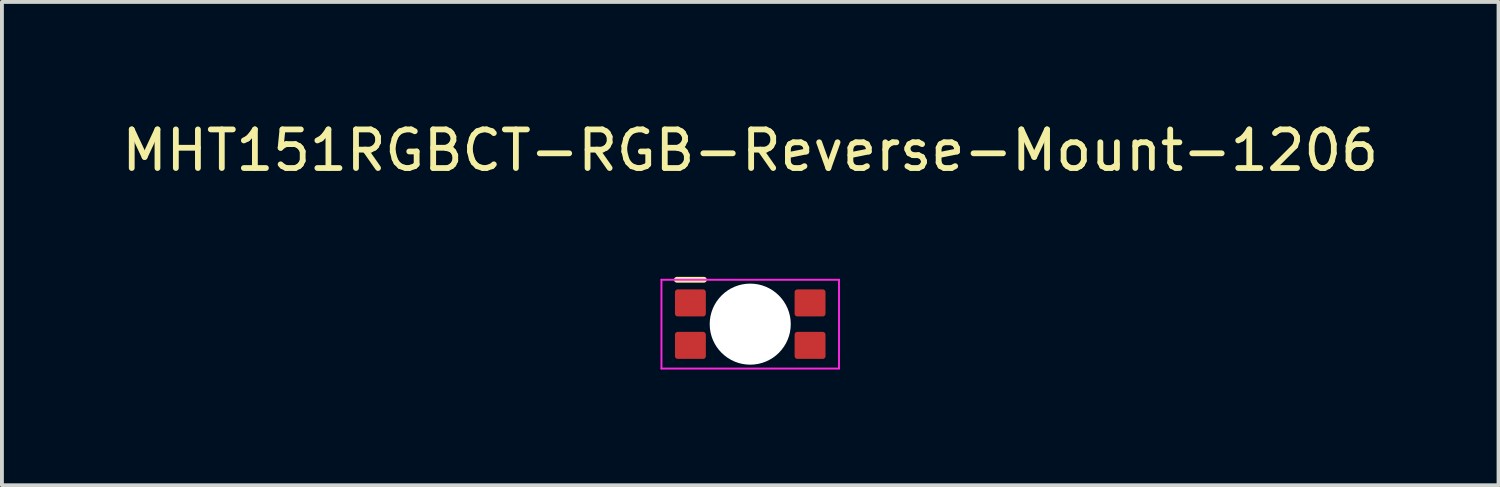
<source format=kicad_pcb>
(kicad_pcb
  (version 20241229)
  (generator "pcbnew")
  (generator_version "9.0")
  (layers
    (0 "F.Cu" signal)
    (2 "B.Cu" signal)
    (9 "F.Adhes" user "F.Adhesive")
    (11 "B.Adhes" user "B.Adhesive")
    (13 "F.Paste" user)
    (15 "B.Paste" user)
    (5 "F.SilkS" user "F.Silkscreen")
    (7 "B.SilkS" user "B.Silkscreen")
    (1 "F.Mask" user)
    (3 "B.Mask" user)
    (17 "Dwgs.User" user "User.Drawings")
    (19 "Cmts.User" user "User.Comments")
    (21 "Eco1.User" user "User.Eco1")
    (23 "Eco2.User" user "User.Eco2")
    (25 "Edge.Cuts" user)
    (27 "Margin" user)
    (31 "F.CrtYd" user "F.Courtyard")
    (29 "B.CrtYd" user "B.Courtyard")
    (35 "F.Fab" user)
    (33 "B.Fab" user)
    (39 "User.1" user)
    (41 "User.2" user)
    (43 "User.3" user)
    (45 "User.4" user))
  (footprint "MHT151RGBCT-RGB-Reverse-Mount-1206"
    (layer "F.Cu")
    (at 16.387 5.348)
    (property "Reference" "MHT151RGBCT-RGB-Reverse-Mount-1206" (at 0 -4.5 0) (layer "F.SilkS") (effects (font (size 1 1) (thickness 0.15))))
    (attr smd)
    (fp_line (start -1.9 -1.15) (end -1.2 -1.15) (stroke (width 0.15) (type solid)) (layer "F.SilkS"))
    (fp_line (start -2.3 -1.15) (end 2.3 -1.15) (stroke (width 0.05) (type solid)) (layer "F.CrtYd"))
    (fp_line (start -2.3 1.15) (end -2.3 -1.15) (stroke (width 0.05) (type solid)) (layer "F.CrtYd"))
    (fp_line (start 2.3 -1.15) (end 2.3 1.15) (stroke (width 0.05) (type solid)) (layer "F.CrtYd"))
    (fp_line (start 2.3 1.15) (end -2.3 1.15) (stroke (width 0.05) (type solid)) (layer "F.CrtYd"))
    (pad "" np_thru_hole circle (at 0 0) (size 2.1 2.1) (drill 2.1) (layers "*.Cu" "*.Mask"))
    (pad "1" smd roundrect (at -1.55 -0.55) (size 0.8 0.7) (layers "F.Cu" "F.Mask" "F.Paste") (roundrect_rratio 0.1))
    (pad "2" smd roundrect (at -1.55 0.55) (size 0.8 0.7) (layers "F.Cu" "F.Mask" "F.Paste") (roundrect_rratio 0.1))
    (pad "3" smd roundrect (at 1.55 0.55) (size 0.8 0.7) (layers "F.Cu" "F.Mask" "F.Paste") (roundrect_rratio 0.1))
    (pad "4" smd roundrect (at 1.55 -0.55) (size 0.8 0.7) (layers "F.Cu" "F.Mask" "F.Paste") (roundrect_rratio 0.1)))
  (gr_rect
    (start -3 -3)
    (end 35.774 9.523)
    (stroke (width 0.1) (type default))
    (fill no)
    (layer "Edge.Cuts")))
</source>
